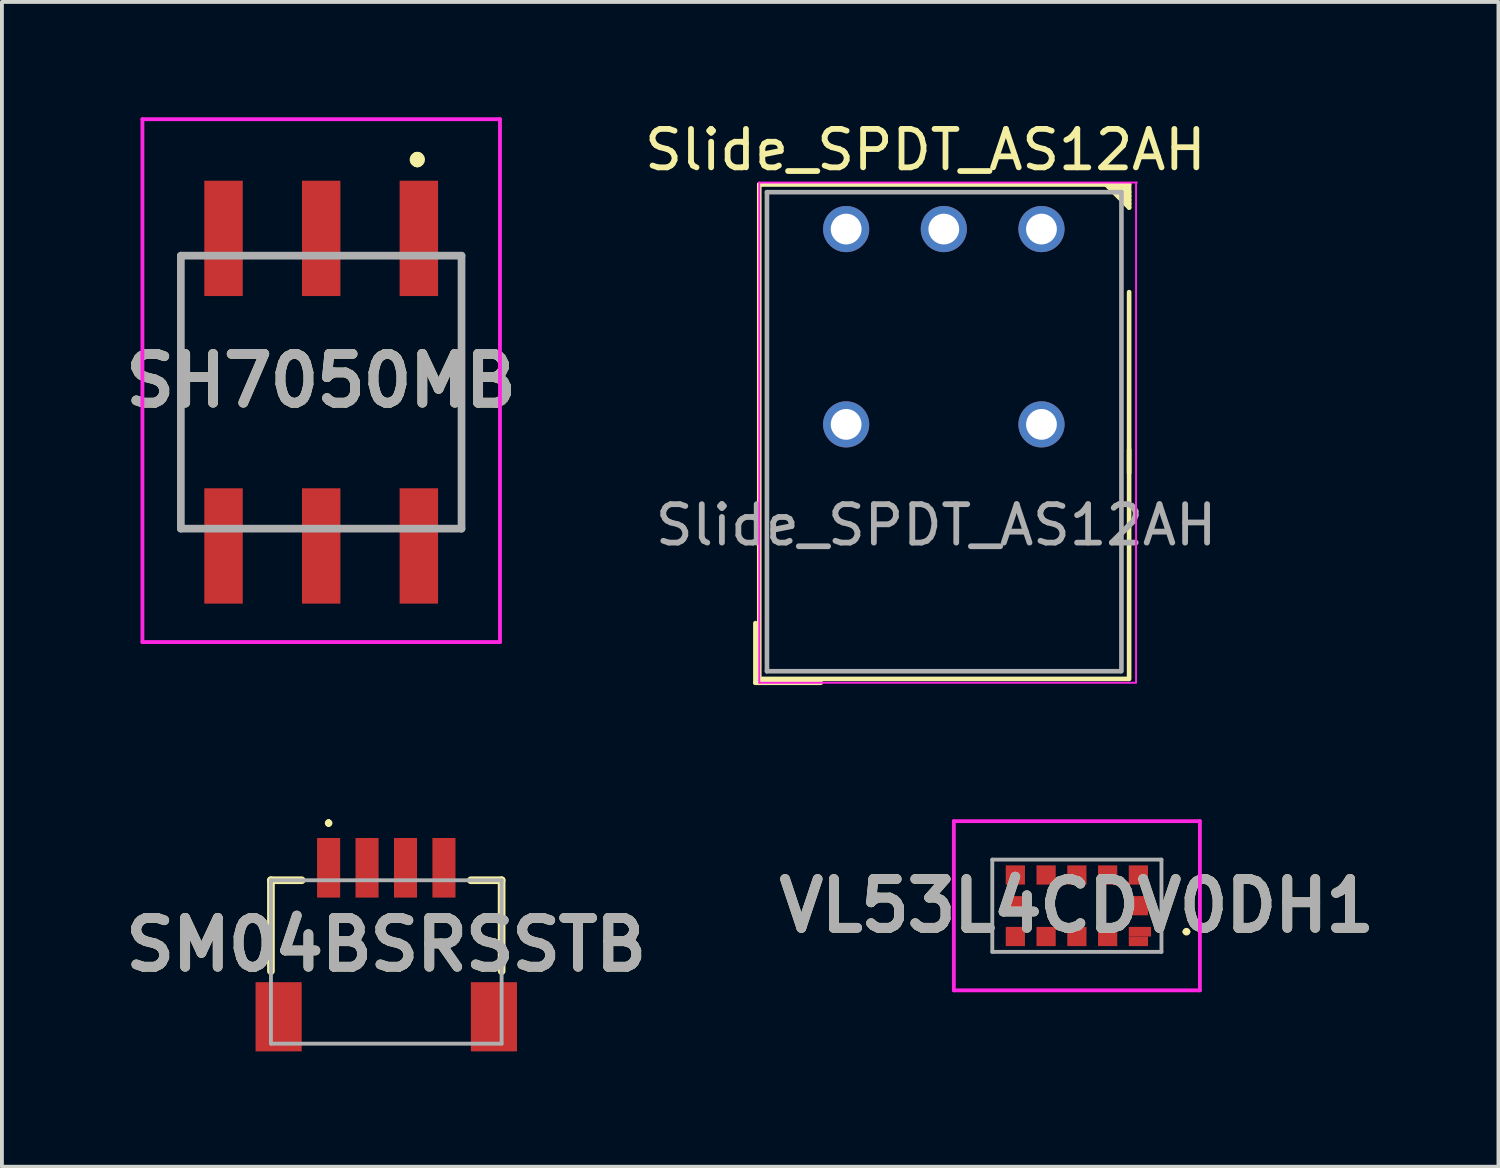
<source format=kicad_pcb>
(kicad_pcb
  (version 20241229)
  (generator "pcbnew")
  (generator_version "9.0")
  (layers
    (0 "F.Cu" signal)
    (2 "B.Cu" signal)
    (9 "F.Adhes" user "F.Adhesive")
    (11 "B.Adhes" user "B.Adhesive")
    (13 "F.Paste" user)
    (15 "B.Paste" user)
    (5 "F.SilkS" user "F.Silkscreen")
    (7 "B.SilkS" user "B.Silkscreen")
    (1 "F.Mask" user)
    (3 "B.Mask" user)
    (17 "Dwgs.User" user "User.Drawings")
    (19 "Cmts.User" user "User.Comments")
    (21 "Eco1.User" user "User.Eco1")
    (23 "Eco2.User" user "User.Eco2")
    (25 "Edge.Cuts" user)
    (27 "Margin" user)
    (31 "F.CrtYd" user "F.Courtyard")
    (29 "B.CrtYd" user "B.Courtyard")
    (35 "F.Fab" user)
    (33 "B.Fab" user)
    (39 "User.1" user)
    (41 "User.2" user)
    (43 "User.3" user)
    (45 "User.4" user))
  (footprint "SH7050MB"
    (layer "F.Cu")
    (at 5.304 7.15)
    (property "Reference" "SH7050MB" (at 0 -0.3 0) (layer "F.SilkS") (effects (font (size 1.27 1.27) (thickness 0.254))))
    (attr smd)
    (fp_line (start -3.65 -3.55) (end -3.65 3.55) (stroke (width 0.1) (type solid)) (layer "F.SilkS"))
    (fp_line (start 2.5 -6.1) (end 2.5 -6.1) (stroke (width 0.3) (type solid)) (layer "F.SilkS"))
    (fp_line (start 2.5 -6) (end 2.5 -6) (stroke (width 0.3) (type solid)) (layer "F.SilkS"))
    (fp_line (start 3.65 -3.55) (end 3.65 3.55) (stroke (width 0.1) (type solid)) (layer "F.SilkS"))
    (fp_arc (start 2.5 -6.1) (mid 2.55 -6.05) (end 2.5 -6) (stroke (width 0.3) (type solid)) (layer "F.SilkS"))
    (fp_arc (start 2.5 -6) (mid 2.45 -6.05) (end 2.5 -6.1) (stroke (width 0.3) (type solid)) (layer "F.SilkS"))
    (fp_line (start -4.65 -7.1) (end 4.65 -7.1) (stroke (width 0.1) (type solid)) (layer "F.CrtYd"))
    (fp_line (start -4.65 6.5) (end -4.65 -7.1) (stroke (width 0.1) (type solid)) (layer "F.CrtYd"))
    (fp_line (start 4.65 -7.1) (end 4.65 6.5) (stroke (width 0.1) (type solid)) (layer "F.CrtYd"))
    (fp_line (start 4.65 6.5) (end -4.65 6.5) (stroke (width 0.1) (type solid)) (layer "F.CrtYd"))
    (fp_line (start -3.65 -3.55) (end 3.65 -3.55) (stroke (width 0.2) (type solid)) (layer "F.Fab"))
    (fp_line (start -3.65 3.55) (end -3.65 -3.55) (stroke (width 0.2) (type solid)) (layer "F.Fab"))
    (fp_line (start 3.65 -3.55) (end 3.65 3.55) (stroke (width 0.2) (type solid)) (layer "F.Fab"))
    (fp_line (start 3.65 3.55) (end -3.65 3.55) (stroke (width 0.2) (type solid)) (layer "F.Fab"))
    (fp_text user "${REFERENCE}" (at 0 -0.3 0) (layer "F.Fab") (effects (font (size 1.27 1.27) (thickness 0.254))))
    (pad "1" smd rect (at 2.54 -4) (size 1 3) (layers "F.Cu" "F.Mask" "F.Paste"))
    (pad "2" smd rect (at -2.54 4) (size 1 3) (layers "F.Cu" "F.Mask" "F.Paste"))
    (pad "4" smd rect (at -2.54 -4) (size 1 3) (layers "F.Cu" "F.Mask" "F.Paste"))
    (pad "8" smd rect (at 2.54 4) (size 1 3) (layers "F.Cu" "F.Mask" "F.Paste"))
    (pad "C1" smd rect (at 0 -4) (size 1 3) (layers "F.Cu" "F.Mask" "F.Paste"))
    (pad "C2" smd rect (at 0 4) (size 1 3) (layers "F.Cu" "F.Mask" "F.Paste")))
  (footprint "VL53L4CDV0DH1"
    (layer "F.Cu")
    (at 24.959 20.508)
    (property "Reference" "VL53L4CDV0DH1" (at 0 0 0) (layer "F.SilkS") (effects (font (size 1.27 1.27) (thickness 0.254))))
    (attr smd)
    (fp_line (start 2.8 0.675) (end 2.8 0.675) (stroke (width 0.1) (type solid)) (layer "F.SilkS"))
    (fp_line (start 2.9 0.675) (end 2.9 0.675) (stroke (width 0.1) (type solid)) (layer "F.SilkS"))
    (fp_arc (start 2.8 0.675) (mid 2.85 0.625) (end 2.9 0.675) (stroke (width 0.1) (type solid)) (layer "F.SilkS"))
    (fp_arc (start 2.9 0.675) (mid 2.85 0.725) (end 2.8 0.675) (stroke (width 0.1) (type solid)) (layer "F.SilkS"))
    (fp_line (start -3.2 -2.2) (end 3.2 -2.2) (stroke (width 0.1) (type solid)) (layer "F.CrtYd"))
    (fp_line (start -3.2 2.2) (end -3.2 -2.2) (stroke (width 0.1) (type solid)) (layer "F.CrtYd"))
    (fp_line (start 3.2 -2.2) (end 3.2 2.2) (stroke (width 0.1) (type solid)) (layer "F.CrtYd"))
    (fp_line (start 3.2 2.2) (end -3.2 2.2) (stroke (width 0.1) (type solid)) (layer "F.CrtYd"))
    (fp_line (start -2.2 -1.2) (end -2.2 1.2) (stroke (width 0.1) (type solid)) (layer "F.Fab"))
    (fp_line (start -2.2 1.2) (end 2.2 1.2) (stroke (width 0.1) (type solid)) (layer "F.Fab"))
    (fp_line (start 2.2 -1.2) (end -2.2 -1.2) (stroke (width 0.1) (type solid)) (layer "F.Fab"))
    (fp_line (start 2.2 1.2) (end 2.2 -1.2) (stroke (width 0.1) (type solid)) (layer "F.Fab"))
    (fp_text user "${REFERENCE}" (at 0 0 0) (layer "F.Fab") (effects (font (size 1.27 1.27) (thickness 0.254))))
    (pad "1" smd rect (at 1.64 0.675 90) (size 0.25 0.58) (layers "F.Cu" "F.Mask" "F.Paste"))
    (pad "2" smd rect (at 0.8 0.8 90) (size 0.5 0.5) (layers "F.Cu" "F.Mask" "F.Paste"))
    (pad "3" smd rect (at 0 0.8 90) (size 0.5 0.5) (layers "F.Cu" "F.Mask" "F.Paste"))
    (pad "4" smd rect (at -0.8 0.8 90) (size 0.5 0.5) (layers "F.Cu" "F.Mask" "F.Paste"))
    (pad "5" smd rect (at -1.6 0.8 90) (size 0.5 0.5) (layers "F.Cu" "F.Mask" "F.Paste"))
    (pad "6" smd rect (at -1.6 0 90) (size 0.5 0.5) (layers "F.Cu" "F.Mask" "F.Paste"))
    (pad "7" smd rect (at -1.6 -0.8 90) (size 0.5 0.5) (layers "F.Cu" "F.Mask" "F.Paste"))
    (pad "8" smd rect (at -0.8 -0.8 90) (size 0.5 0.5) (layers "F.Cu" "F.Mask" "F.Paste"))
    (pad "9" smd rect (at 0 -0.8 90) (size 0.5 0.5) (layers "F.Cu" "F.Mask" "F.Paste"))
    (pad "10" smd rect (at 0.8 -0.8 90) (size 0.5 0.5) (layers "F.Cu" "F.Mask" "F.Paste"))
    (pad "11" smd rect (at 1.6 -0.8 90) (size 0.5 0.5) (layers "F.Cu" "F.Mask" "F.Paste"))
    (pad "12" smd rect (at 1.6 -0.001 90) (size 0.5 0.5) (layers "F.Cu" "F.Mask" "F.Paste"))
    (pad "13" smd rect (at 1.6 0.925 90) (size 0.25 0.5) (layers "F.Cu" "F.Mask" "F.Paste")))
  (footprint "Slide_SPDT_AS12AH"
    (layer "F.Cu")
    (at 16.298 15.008)
    (property "Reference" "Slide_SPDT_AS12AH" (at 4.72 -14.16 0) (layer "F.SilkS") (effects (font (size 1 1) (thickness 0.15))))
    (attr through_hole)
    (fp_line (start 0.3 -0.3) (end 0.3 -1.85) (stroke (width 0.12) (type solid)) (layer "F.SilkS"))
    (fp_line (start 0.4 -13.26) (end 10.02 -13.26) (stroke (width 0.12) (type solid)) (layer "F.SilkS"))
    (fp_line (start 0.4 -0.4) (end 0.4 -13.26) (stroke (width 0.12) (type solid)) (layer "F.SilkS"))
    (fp_line (start 2 -0.3) (end 0.3 -0.3) (stroke (width 0.12) (type solid)) (layer "F.SilkS"))
    (fp_line (start 9.42 -13.26) (end 10.02 -12.66) (stroke (width 0.12) (type solid)) (layer "F.SilkS"))
    (fp_line (start 9.82 -13.26) (end 10.02 -13.06) (stroke (width 0.12) (type solid)) (layer "F.SilkS"))
    (fp_line (start 10 -0.4) (end 0.4 -0.4) (stroke (width 0.12) (type solid)) (layer "F.SilkS"))
    (fp_line (start 10.02 -13.26) (end 10.02 -12.66) (stroke (width 0.12) (type solid)) (layer "F.SilkS"))
    (fp_line (start 10.02 -12.96) (end 9.62 -13.26) (stroke (width 0.12) (type solid)) (layer "F.SilkS"))
    (fp_line (start 10.02 -12.86) (end 9.62 -13.26) (stroke (width 0.12) (type solid)) (layer "F.SilkS"))
    (fp_line (start 10.02 -12.76) (end 9.52 -13.26) (stroke (width 0.12) (type solid)) (layer "F.SilkS"))
    (fp_line (start 10.02 -10.46) (end 10.02 -0.4) (stroke (width 0.12) (type solid)) (layer "F.SilkS"))
    (fp_line (start 10.02 -6.36) (end 10.02 -5.76) (stroke (width 0.12) (type solid)) (layer "F.SilkS"))
    (fp_line (start 0.4 -0.3) (end 0.4 -13.31) (stroke (width 0.05) (type solid)) (layer "F.CrtYd"))
    (fp_line (start 0.4 -0.3) (end 10.2 -0.3) (stroke (width 0.05) (type solid)) (layer "F.CrtYd"))
    (fp_line (start 10.2 -13.31) (end 10.2 -0.31) (stroke (width 0.05) (type solid)) (layer "F.CrtYd"))
    (fp_line (start 10.22 -13.31) (end 0.4 -13.31) (stroke (width 0.05) (type solid)) (layer "F.CrtYd"))
    (fp_line (start 0.6 -13.06) (end 9.82 -13.06) (stroke (width 0.12) (type solid)) (layer "F.Fab"))
    (fp_line (start 0.6 -0.6) (end 0.6 -13.06) (stroke (width 0.12) (type solid)) (layer "F.Fab"))
    (fp_line (start 9.8 -0.6) (end 0.6 -0.6) (stroke (width 0.12) (type solid)) (layer "F.Fab"))
    (fp_line (start 9.82 -13.06) (end 9.82 -0.6) (stroke (width 0.12) (type solid)) (layer "F.Fab"))
    (fp_text user "${REFERENCE}" (at 5 -4.4 180) (layer "F.Fab") (effects (font (size 1 1) (thickness 0.15))))
    (pad "1" thru_hole circle (at 2.66 -12.1 90) (size 1.2 1.2) (drill 0.8) (layers "*.Cu" "*.Mask"))
    (pad "2" thru_hole circle (at 5.2 -12.1 180) (size 1.2 1.2) (drill 0.8) (layers "*.Cu" "*.Mask"))
    (pad "3" thru_hole circle (at 7.74 -12.1 90) (size 1.2 1.2) (drill 0.8) (layers "*.Cu" "*.Mask"))
    (pad "A1" thru_hole circle (at 2.66 -7.02 90) (size 1.2 1.2) (drill 0.8) (layers "*.Cu" "*.Mask"))
    (pad "A2" thru_hole circle (at 7.74 -7.02 90) (size 1.2 1.2) (drill 0.8) (layers "*.Cu" "*.Mask")))
  (footprint "SM04BSRSSTB"
    (layer "F.Cu")
    (at 6.997 21.808)
    (property "Reference" "SM04BSRSSTB" (at 0 -0.288 0) (layer "F.SilkS") (effects (font (size 1.27 1.27) (thickness 0.254))))
    (attr smd)
    (fp_line (start -3 -1.963) (end -2.2 -1.963) (stroke (width 0.2) (type solid)) (layer "F.SilkS"))
    (fp_line (start -3 0.4) (end -3 -1.963) (stroke (width 0.2) (type solid)) (layer "F.SilkS"))
    (fp_line (start -1.5 -3.5) (end -1.5 -3.5) (stroke (width 0.1) (type solid)) (layer "F.SilkS"))
    (fp_line (start -1.5 -3.4) (end -1.5 -3.4) (stroke (width 0.1) (type solid)) (layer "F.SilkS"))
    (fp_line (start 3 -1.963) (end 2.2 -1.963) (stroke (width 0.2) (type solid)) (layer "F.SilkS"))
    (fp_line (start 3 0.4) (end 3 -1.963) (stroke (width 0.2) (type solid)) (layer "F.SilkS"))
    (fp_arc (start -1.5 -3.5) (mid -1.45 -3.45) (end -1.5 -3.4) (stroke (width 0.1) (type solid)) (layer "F.SilkS"))
    (fp_arc (start -1.5 -3.4) (mid -1.55 -3.45) (end -1.5 -3.5) (stroke (width 0.1) (type solid)) (layer "F.SilkS"))
    (fp_line (start -3 -1.963) (end 3 -1.963) (stroke (width 0.1) (type solid)) (layer "F.Fab"))
    (fp_line (start -3 2.287) (end -3 -1.963) (stroke (width 0.1) (type solid)) (layer "F.Fab"))
    (fp_line (start 3 -1.963) (end 3 2.287) (stroke (width 0.1) (type solid)) (layer "F.Fab"))
    (fp_line (start 3 2.287) (end -3 2.287) (stroke (width 0.1) (type solid)) (layer "F.Fab"))
    (fp_text user "${REFERENCE}" (at 0 -0.288 0) (layer "F.Fab") (effects (font (size 1.27 1.27) (thickness 0.254))))
    (pad "1" smd rect (at -1.5 -2.287) (size 0.6 1.55) (layers "F.Cu" "F.Mask" "F.Paste"))
    (pad "2" smd rect (at -0.5 -2.287) (size 0.6 1.55) (layers "F.Cu" "F.Mask" "F.Paste"))
    (pad "3" smd rect (at 0.5 -2.287) (size 0.6 1.55) (layers "F.Cu" "F.Mask" "F.Paste"))
    (pad "4" smd rect (at 1.5 -2.287) (size 0.6 1.55) (layers "F.Cu" "F.Mask" "F.Paste"))
    (pad "MP1" smd rect (at -2.8 1.588) (size 1.2 1.8) (layers "F.Cu" "F.Mask" "F.Paste"))
    (pad "MP2" smd rect (at 2.8 1.588) (size 1.2 1.8) (layers "F.Cu" "F.Mask" "F.Paste")))
  (gr_rect
    (start -3 -3)
    (end 35.924 27.296)
    (stroke (width 0.1) (type default))
    (fill no)
    (layer "Edge.Cuts")))
</source>
